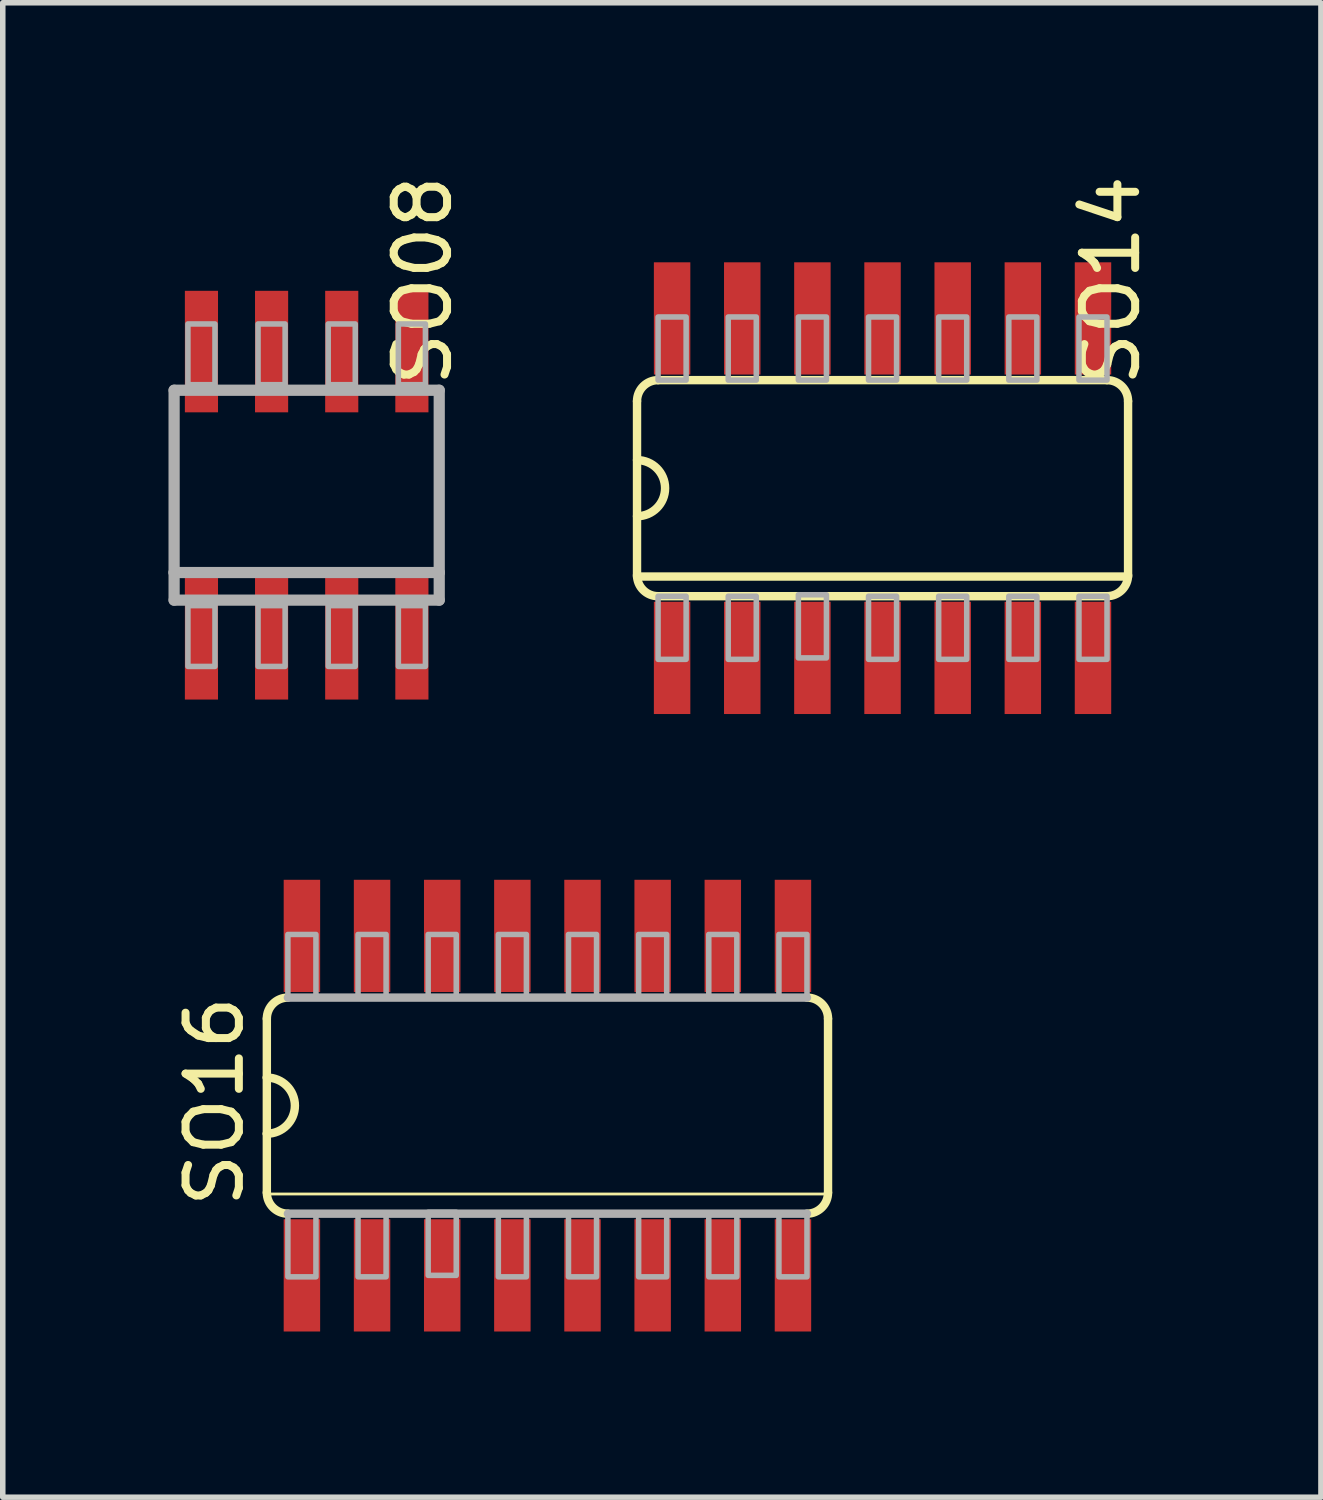
<source format=kicad_pcb>
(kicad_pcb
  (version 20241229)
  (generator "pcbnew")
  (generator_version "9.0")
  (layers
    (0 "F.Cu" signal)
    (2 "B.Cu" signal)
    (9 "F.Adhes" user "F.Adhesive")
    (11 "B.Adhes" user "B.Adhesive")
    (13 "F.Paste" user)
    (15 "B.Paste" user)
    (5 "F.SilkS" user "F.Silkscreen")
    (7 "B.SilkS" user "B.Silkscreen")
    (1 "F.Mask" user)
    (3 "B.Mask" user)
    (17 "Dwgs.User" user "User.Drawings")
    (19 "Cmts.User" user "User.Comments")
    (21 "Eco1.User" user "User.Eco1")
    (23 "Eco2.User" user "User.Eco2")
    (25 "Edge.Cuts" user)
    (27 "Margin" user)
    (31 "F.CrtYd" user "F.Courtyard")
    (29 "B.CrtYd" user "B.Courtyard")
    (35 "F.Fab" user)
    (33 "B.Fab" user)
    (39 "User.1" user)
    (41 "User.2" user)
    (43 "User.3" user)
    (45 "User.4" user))
  (footprint "SO14"
    (layer "F.Cu")
    (at 12.928 5.788)
    (property "Reference" "SO14" (at 4.699 -1.778 90) (layer "F.SilkS") (effects (font (size 0.965 0.965) (thickness 0.145)) (justify left bottom)))
    (attr through_hole)
    (fp_line (start -4.445 -1.575) (end -4.445 1.575) (stroke (width 0.152) (type solid)) (layer "F.SilkS"))
    (fp_line (start -4.445 1.6) (end 4.445 1.6) (stroke (width 0.152) (type solid)) (layer "F.SilkS"))
    (fp_line (start -4.064 1.956) (end 4.064 1.956) (stroke (width 0.152) (type solid)) (layer "F.SilkS"))
    (fp_line (start 4.064 -1.956) (end -4.064 -1.956) (stroke (width 0.152) (type solid)) (layer "F.SilkS"))
    (fp_line (start 4.445 1.575) (end 4.445 -1.575) (stroke (width 0.152) (type solid)) (layer "F.SilkS"))
    (fp_arc (start -4.445 -1.5748) (mid -4.333408 -1.844208) (end -4.064 -1.9558) (stroke (width 0.1524) (type solid)) (layer "F.SilkS"))
    (fp_arc (start -4.445 -0.508) (mid -3.937 0) (end -4.445 0.508) (stroke (width 0.1524) (type solid)) (layer "F.SilkS"))
    (fp_arc (start -4.064 1.9558) (mid -4.333408 1.844208) (end -4.445 1.5748) (stroke (width 0.1524) (type solid)) (layer "F.SilkS"))
    (fp_arc (start 4.064 -1.9558) (mid 4.333408 -1.844208) (end 4.445 -1.5748) (stroke (width 0.1524) (type solid)) (layer "F.SilkS"))
    (fp_arc (start 4.445 1.5748) (mid 4.333408 1.844208) (end 4.064 1.9558) (stroke (width 0.1524) (type solid)) (layer "F.SilkS"))
    (fp_poly (pts (xy -4.064 -1.956) (xy -3.556 -1.956) (xy -3.556 -3.099) (xy -4.064 -3.099)) (stroke (width 0.1) (type solid)) (fill no) (layer "F.Fab"))
    (fp_poly (pts (xy -4.064 3.099) (xy -3.556 3.099) (xy -3.556 1.956) (xy -4.064 1.956)) (stroke (width 0.1) (type solid)) (fill no) (layer "F.Fab"))
    (fp_poly (pts (xy -2.794 -1.956) (xy -2.286 -1.956) (xy -2.286 -3.099) (xy -2.794 -3.099)) (stroke (width 0.1) (type solid)) (fill no) (layer "F.Fab"))
    (fp_poly (pts (xy -2.794 3.099) (xy -2.286 3.099) (xy -2.286 1.956) (xy -2.794 1.956)) (stroke (width 0.1) (type solid)) (fill no) (layer "F.Fab"))
    (fp_poly (pts (xy -1.524 -1.956) (xy -1.016 -1.956) (xy -1.016 -3.099) (xy -1.524 -3.099)) (stroke (width 0.1) (type solid)) (fill no) (layer "F.Fab"))
    (fp_poly (pts (xy -1.524 3.073) (xy -1.016 3.073) (xy -1.016 1.93) (xy -1.524 1.93)) (stroke (width 0.1) (type solid)) (fill no) (layer "F.Fab"))
    (fp_poly (pts (xy -0.254 -1.956) (xy 0.254 -1.956) (xy 0.254 -3.099) (xy -0.254 -3.099)) (stroke (width 0.1) (type solid)) (fill no) (layer "F.Fab"))
    (fp_poly (pts (xy -0.254 3.099) (xy 0.254 3.099) (xy 0.254 1.956) (xy -0.254 1.956)) (stroke (width 0.1) (type solid)) (fill no) (layer "F.Fab"))
    (fp_poly (pts (xy 1.016 -1.956) (xy 1.524 -1.956) (xy 1.524 -3.099) (xy 1.016 -3.099)) (stroke (width 0.1) (type solid)) (fill no) (layer "F.Fab"))
    (fp_poly (pts (xy 1.016 3.099) (xy 1.524 3.099) (xy 1.524 1.956) (xy 1.016 1.956)) (stroke (width 0.1) (type solid)) (fill no) (layer "F.Fab"))
    (fp_poly (pts (xy 2.286 -1.956) (xy 2.794 -1.956) (xy 2.794 -3.099) (xy 2.286 -3.099)) (stroke (width 0.1) (type solid)) (fill no) (layer "F.Fab"))
    (fp_poly (pts (xy 2.286 3.099) (xy 2.794 3.099) (xy 2.794 1.956) (xy 2.286 1.956)) (stroke (width 0.1) (type solid)) (fill no) (layer "F.Fab"))
    (fp_poly (pts (xy 3.556 -1.956) (xy 4.064 -1.956) (xy 4.064 -3.099) (xy 3.556 -3.099)) (stroke (width 0.1) (type solid)) (fill no) (layer "F.Fab"))
    (fp_poly (pts (xy 3.556 3.099) (xy 4.064 3.099) (xy 4.064 1.956) (xy 3.556 1.956)) (stroke (width 0.1) (type solid)) (fill no) (layer "F.Fab"))
    (pad "1" smd rect (at -3.81 3.073) (size 0.66 2.032) (layers "F.Cu" "F.Mask" "F.Paste"))
    (pad "2" smd rect (at -2.54 3.073) (size 0.66 2.032) (layers "F.Cu" "F.Mask" "F.Paste"))
    (pad "3" smd rect (at -1.27 3.073) (size 0.66 2.032) (layers "F.Cu" "F.Mask" "F.Paste"))
    (pad "4" smd rect (at 0 3.073) (size 0.66 2.032) (layers "F.Cu" "F.Mask" "F.Paste"))
    (pad "5" smd rect (at 1.27 3.073) (size 0.66 2.032) (layers "F.Cu" "F.Mask" "F.Paste"))
    (pad "6" smd rect (at 2.54 3.073) (size 0.66 2.032) (layers "F.Cu" "F.Mask" "F.Paste"))
    (pad "7" smd rect (at 3.81 3.073) (size 0.66 2.032) (layers "F.Cu" "F.Mask" "F.Paste"))
    (pad "8" smd rect (at 3.81 -3.073) (size 0.66 2.032) (layers "F.Cu" "F.Mask" "F.Paste"))
    (pad "9" smd rect (at 2.54 -3.073) (size 0.66 2.032) (layers "F.Cu" "F.Mask" "F.Paste"))
    (pad "10" smd rect (at 1.27 -3.073) (size 0.66 2.032) (layers "F.Cu" "F.Mask" "F.Paste"))
    (pad "11" smd rect (at 0 -3.073) (size 0.66 2.032) (layers "F.Cu" "F.Mask" "F.Paste"))
    (pad "12" smd rect (at -1.27 -3.073) (size 0.66 2.032) (layers "F.Cu" "F.Mask" "F.Paste"))
    (pad "13" smd rect (at -2.54 -3.073) (size 0.66 2.032) (layers "F.Cu" "F.Mask" "F.Paste"))
    (pad "14" smd rect (at -3.81 -3.073) (size 0.66 2.032) (layers "F.Cu" "F.Mask" "F.Paste")))
  (footprint "SO16"
    (layer "F.Cu")
    (at 6.861 16.967)
    (property "Reference" "SO16" (at -5.461 1.905 90) (layer "F.SilkS") (effects (font (size 0.965 0.965) (thickness 0.145)) (justify left bottom)))
    (attr through_hole)
    (fp_line (start -5.08 -1.575) (end -5.08 -0.508) (stroke (width 0.152) (type solid)) (layer "F.SilkS"))
    (fp_line (start -5.08 -0.508) (end -5.08 0.508) (stroke (width 0.152) (type solid)) (layer "F.SilkS"))
    (fp_line (start -5.08 0.508) (end -5.08 1.575) (stroke (width 0.152) (type solid)) (layer "F.SilkS"))
    (fp_line (start -5.08 1.6) (end 5.08 1.6) (stroke (width 0.051) (type solid)) (layer "F.SilkS"))
    (fp_line (start 5.08 1.575) (end 5.08 -1.575) (stroke (width 0.152) (type solid)) (layer "F.SilkS"))
    (fp_arc (start -5.08 -1.5748) (mid -4.968408 -1.844208) (end -4.699 -1.9558) (stroke (width 0.1524) (type solid)) (layer "F.SilkS"))
    (fp_arc (start -5.08 -0.508) (mid -4.572 0) (end -5.08 0.508) (stroke (width 0.1524) (type solid)) (layer "F.SilkS"))
    (fp_arc (start -4.699 1.9558) (mid -4.968408 1.844208) (end -5.08 1.5748) (stroke (width 0.1524) (type solid)) (layer "F.SilkS"))
    (fp_arc (start 4.699 -1.9558) (mid 4.968408 -1.844208) (end 5.08 -1.5748) (stroke (width 0.1524) (type solid)) (layer "F.SilkS"))
    (fp_arc (start 5.08 1.5748) (mid 4.968408 1.844208) (end 4.699 1.9558) (stroke (width 0.1524) (type solid)) (layer "F.SilkS"))
    (fp_line (start -4.699 1.956) (end 4.699 1.956) (stroke (width 0.152) (type solid)) (layer "F.Fab"))
    (fp_line (start 4.699 -1.956) (end -4.699 -1.956) (stroke (width 0.152) (type solid)) (layer "F.Fab"))
    (fp_poly (pts (xy -4.699 -1.956) (xy -4.191 -1.956) (xy -4.191 -3.099) (xy -4.699 -3.099)) (stroke (width 0.1) (type solid)) (fill no) (layer "F.Fab"))
    (fp_poly (pts (xy -4.699 3.099) (xy -4.191 3.099) (xy -4.191 1.956) (xy -4.699 1.956)) (stroke (width 0.1) (type solid)) (fill no) (layer "F.Fab"))
    (fp_poly (pts (xy -3.429 -1.956) (xy -2.921 -1.956) (xy -2.921 -3.099) (xy -3.429 -3.099)) (stroke (width 0.1) (type solid)) (fill no) (layer "F.Fab"))
    (fp_poly (pts (xy -3.429 3.099) (xy -2.921 3.099) (xy -2.921 1.956) (xy -3.429 1.956)) (stroke (width 0.1) (type solid)) (fill no) (layer "F.Fab"))
    (fp_poly (pts (xy -2.159 -1.956) (xy -1.651 -1.956) (xy -1.651 -3.099) (xy -2.159 -3.099)) (stroke (width 0.1) (type solid)) (fill no) (layer "F.Fab"))
    (fp_poly (pts (xy -2.159 3.073) (xy -1.651 3.073) (xy -1.651 1.93) (xy -2.159 1.93)) (stroke (width 0.1) (type solid)) (fill no) (layer "F.Fab"))
    (fp_poly (pts (xy -0.889 -1.956) (xy -0.381 -1.956) (xy -0.381 -3.099) (xy -0.889 -3.099)) (stroke (width 0.1) (type solid)) (fill no) (layer "F.Fab"))
    (fp_poly (pts (xy -0.889 3.099) (xy -0.381 3.099) (xy -0.381 1.956) (xy -0.889 1.956)) (stroke (width 0.1) (type solid)) (fill no) (layer "F.Fab"))
    (fp_poly (pts (xy 0.381 -1.956) (xy 0.889 -1.956) (xy 0.889 -3.099) (xy 0.381 -3.099)) (stroke (width 0.1) (type solid)) (fill no) (layer "F.Fab"))
    (fp_poly (pts (xy 0.381 3.099) (xy 0.889 3.099) (xy 0.889 1.956) (xy 0.381 1.956)) (stroke (width 0.1) (type solid)) (fill no) (layer "F.Fab"))
    (fp_poly (pts (xy 1.651 -1.956) (xy 2.159 -1.956) (xy 2.159 -3.099) (xy 1.651 -3.099)) (stroke (width 0.1) (type solid)) (fill no) (layer "F.Fab"))
    (fp_poly (pts (xy 1.651 3.099) (xy 2.159 3.099) (xy 2.159 1.956) (xy 1.651 1.956)) (stroke (width 0.1) (type solid)) (fill no) (layer "F.Fab"))
    (fp_poly (pts (xy 2.921 -1.956) (xy 3.429 -1.956) (xy 3.429 -3.099) (xy 2.921 -3.099)) (stroke (width 0.1) (type solid)) (fill no) (layer "F.Fab"))
    (fp_poly (pts (xy 2.921 3.099) (xy 3.429 3.099) (xy 3.429 1.956) (xy 2.921 1.956)) (stroke (width 0.1) (type solid)) (fill no) (layer "F.Fab"))
    (fp_poly (pts (xy 4.191 -1.956) (xy 4.699 -1.956) (xy 4.699 -3.099) (xy 4.191 -3.099)) (stroke (width 0.1) (type solid)) (fill no) (layer "F.Fab"))
    (fp_poly (pts (xy 4.191 3.099) (xy 4.699 3.099) (xy 4.699 1.956) (xy 4.191 1.956)) (stroke (width 0.1) (type solid)) (fill no) (layer "F.Fab"))
    (pad "1" smd rect (at -4.445 3.073) (size 0.66 2.032) (layers "F.Cu" "F.Mask" "F.Paste"))
    (pad "2" smd rect (at -3.175 3.073) (size 0.66 2.032) (layers "F.Cu" "F.Mask" "F.Paste"))
    (pad "3" smd rect (at -1.905 3.073) (size 0.66 2.032) (layers "F.Cu" "F.Mask" "F.Paste"))
    (pad "4" smd rect (at -0.635 3.073) (size 0.66 2.032) (layers "F.Cu" "F.Mask" "F.Paste"))
    (pad "5" smd rect (at 0.635 3.073) (size 0.66 2.032) (layers "F.Cu" "F.Mask" "F.Paste"))
    (pad "6" smd rect (at 1.905 3.073) (size 0.66 2.032) (layers "F.Cu" "F.Mask" "F.Paste"))
    (pad "7" smd rect (at 3.175 3.073) (size 0.66 2.032) (layers "F.Cu" "F.Mask" "F.Paste"))
    (pad "8" smd rect (at 4.445 3.073) (size 0.66 2.032) (layers "F.Cu" "F.Mask" "F.Paste"))
    (pad "9" smd rect (at 4.445 -3.073) (size 0.66 2.032) (layers "F.Cu" "F.Mask" "F.Paste"))
    (pad "10" smd rect (at 3.175 -3.073) (size 0.66 2.032) (layers "F.Cu" "F.Mask" "F.Paste"))
    (pad "11" smd rect (at 1.905 -3.073) (size 0.66 2.032) (layers "F.Cu" "F.Mask" "F.Paste"))
    (pad "12" smd rect (at 0.635 -3.073) (size 0.66 2.032) (layers "F.Cu" "F.Mask" "F.Paste"))
    (pad "13" smd rect (at -0.635 -3.073) (size 0.66 2.032) (layers "F.Cu" "F.Mask" "F.Paste"))
    (pad "14" smd rect (at -1.905 -3.073) (size 0.66 2.032) (layers "F.Cu" "F.Mask" "F.Paste"))
    (pad "15" smd rect (at -3.175 -3.073) (size 0.66 2.032) (layers "F.Cu" "F.Mask" "F.Paste"))
    (pad "16" smd rect (at -4.445 -3.073) (size 0.66 2.032) (layers "F.Cu" "F.Mask" "F.Paste")))
  (footprint "SO08"
    (layer "F.Cu")
    (at 2.502 5.915)
    (property "Reference" "SO08" (at 2.667 -1.905 90) (layer "F.SilkS") (effects (font (size 0.965 0.965) (thickness 0.145)) (justify left bottom)))
    (attr through_hole)
    (fp_line (start -2.4 -1.9) (end 2.4 -1.9) (stroke (width 0.203) (type solid)) (layer "F.Fab"))
    (fp_line (start -2.4 1.4) (end -2.4 -1.9) (stroke (width 0.203) (type solid)) (layer "F.Fab"))
    (fp_line (start -2.4 1.9) (end -2.4 1.4) (stroke (width 0.203) (type solid)) (layer "F.Fab"))
    (fp_line (start 2.4 -1.9) (end 2.4 1.4) (stroke (width 0.203) (type solid)) (layer "F.Fab"))
    (fp_line (start 2.4 1.4) (end -2.4 1.4) (stroke (width 0.203) (type solid)) (layer "F.Fab"))
    (fp_line (start 2.4 1.4) (end 2.4 1.9) (stroke (width 0.203) (type solid)) (layer "F.Fab"))
    (fp_line (start 2.4 1.9) (end -2.4 1.9) (stroke (width 0.203) (type solid)) (layer "F.Fab"))
    (fp_poly (pts (xy -2.15 -2) (xy -1.66 -2) (xy -1.66 -3.1) (xy -2.15 -3.1)) (stroke (width 0.1) (type solid)) (fill no) (layer "F.Fab"))
    (fp_poly (pts (xy -2.15 3.1) (xy -1.66 3.1) (xy -1.66 2) (xy -2.15 2)) (stroke (width 0.1) (type solid)) (fill no) (layer "F.Fab"))
    (fp_poly (pts (xy -0.88 -2) (xy -0.39 -2) (xy -0.39 -3.1) (xy -0.88 -3.1)) (stroke (width 0.1) (type solid)) (fill no) (layer "F.Fab"))
    (fp_poly (pts (xy -0.88 3.1) (xy -0.39 3.1) (xy -0.39 2) (xy -0.88 2)) (stroke (width 0.1) (type solid)) (fill no) (layer "F.Fab"))
    (fp_poly (pts (xy 0.39 -2) (xy 0.88 -2) (xy 0.88 -3.1) (xy 0.39 -3.1)) (stroke (width 0.1) (type solid)) (fill no) (layer "F.Fab"))
    (fp_poly (pts (xy 0.39 3.1) (xy 0.88 3.1) (xy 0.88 2) (xy 0.39 2)) (stroke (width 0.1) (type solid)) (fill no) (layer "F.Fab"))
    (fp_poly (pts (xy 1.66 -2) (xy 2.15 -2) (xy 2.15 -3.1) (xy 1.66 -3.1)) (stroke (width 0.1) (type solid)) (fill no) (layer "F.Fab"))
    (fp_poly (pts (xy 1.66 3.1) (xy 2.15 3.1) (xy 2.15 2) (xy 1.66 2)) (stroke (width 0.1) (type solid)) (fill no) (layer "F.Fab"))
    (pad "1" smd rect (at -1.905 2.6) (size 0.6 2.2) (layers "F.Cu" "F.Mask" "F.Paste"))
    (pad "2" smd rect (at -0.635 2.6) (size 0.6 2.2) (layers "F.Cu" "F.Mask" "F.Paste"))
    (pad "3" smd rect (at 0.635 2.6) (size 0.6 2.2) (layers "F.Cu" "F.Mask" "F.Paste"))
    (pad "4" smd rect (at 1.905 2.6) (size 0.6 2.2) (layers "F.Cu" "F.Mask" "F.Paste"))
    (pad "5" smd rect (at 1.905 -2.6) (size 0.6 2.2) (layers "F.Cu" "F.Mask" "F.Paste"))
    (pad "6" smd rect (at 0.635 -2.6) (size 0.6 2.2) (layers "F.Cu" "F.Mask" "F.Paste"))
    (pad "7" smd rect (at -0.635 -2.6) (size 0.6 2.2) (layers "F.Cu" "F.Mask" "F.Paste"))
    (pad "8" smd rect (at -1.905 -2.6) (size 0.6 2.2) (layers "F.Cu" "F.Mask" "F.Paste")))
  (gr_rect
    (start -3 -3)
    (end 20.865 24.056)
    (stroke (width 0.1) (type default))
    (fill no)
    (layer "Edge.Cuts")))
</source>
